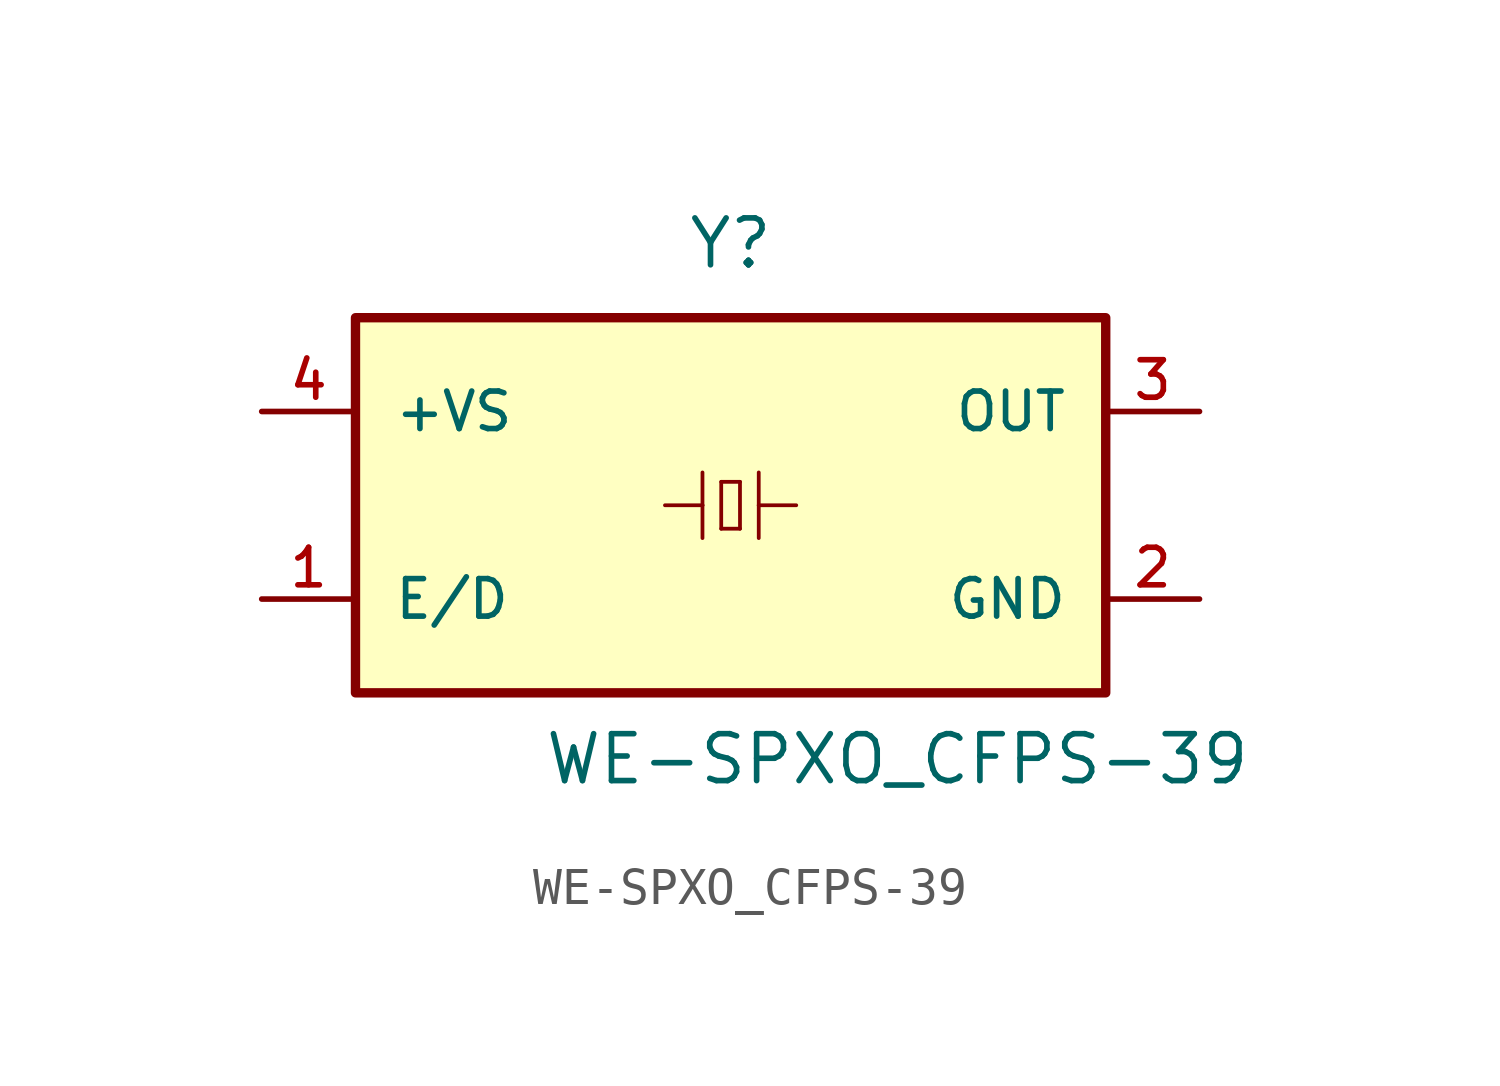
<source format=kicad_sym>
(kicad_symbol_lib
  (version 20211014)
  (generator kicad_symbol_editor)
  (symbol "WE-SPXO_CFPS-39"
    (pin_names
      (offset 1.016))
    (property "Reference" "Y"
      (at 0.0 6.35 0)
      (effects (font (size 1.27 1.27)) (justify bottom)))
    (property "Value" "WE-SPXO_CFPS-39"
      (at -5.08 -7.62 0)
      (effects (font (size 1.27 1.27)) (justify bottom left)))
    (symbol "WE-SPXO_CFPS-39_0_0"
      (polyline (pts (xy -1.778 0.0) (xy -0.762 0.0)) (stroke (width 0.102)))
      (polyline (pts (xy -0.762 0.0) (xy -0.762 0.889)) (stroke (width 0.102)))
      (polyline (pts (xy -0.762 0.0) (xy -0.762 -0.889)) (stroke (width 0.102)))
      (polyline (pts (xy -0.254 0.635) (xy 0.254 0.635)) (stroke (width 0.102)))
      (polyline (pts (xy 0.254 0.635) (xy 0.254 -0.635)) (stroke (width 0.102)))
      (polyline (pts (xy 0.254 -0.635) (xy -0.254 -0.635)) (stroke (width 0.102)))
      (polyline (pts (xy -0.254 -0.635) (xy -0.254 0.635)) (stroke (width 0.102)))
      (polyline (pts (xy 1.778 0.0) (xy 0.762 0.0)) (stroke (width 0.102)))
      (polyline (pts (xy 0.762 0.0) (xy 0.762 -0.889)) (stroke (width 0.102)))
      (polyline (pts (xy 0.762 0.0) (xy 0.762 0.889)) (stroke (width 0.102)))
      (rectangle (start -10.16 -5.08) (end 10.16 5.08) (stroke (width 0.254)) (fill (type background)))
      (pin input line (at -12.7 -2.54 0) (length 2.54) (name "E/D" (effects (font (size 1.016 1.016)))) (number "1" (effects (font (size 1.016 1.016)))))
      (pin power_in line (at -12.7 2.54 0) (length 2.54) (name "+VS" (effects (font (size 1.016 1.016)))) (number "4" (effects (font (size 1.016 1.016)))))
      (pin power_in line (at 12.7 -2.54 180.0) (length 2.54) (name "GND" (effects (font (size 1.016 1.016)))) (number "2" (effects (font (size 1.016 1.016)))))
      (pin output line (at 12.7 2.54 180.0) (length 2.54) (name "OUT" (effects (font (size 1.016 1.016)))) (number "3" (effects (font (size 1.016 1.016))))))))
</source>
